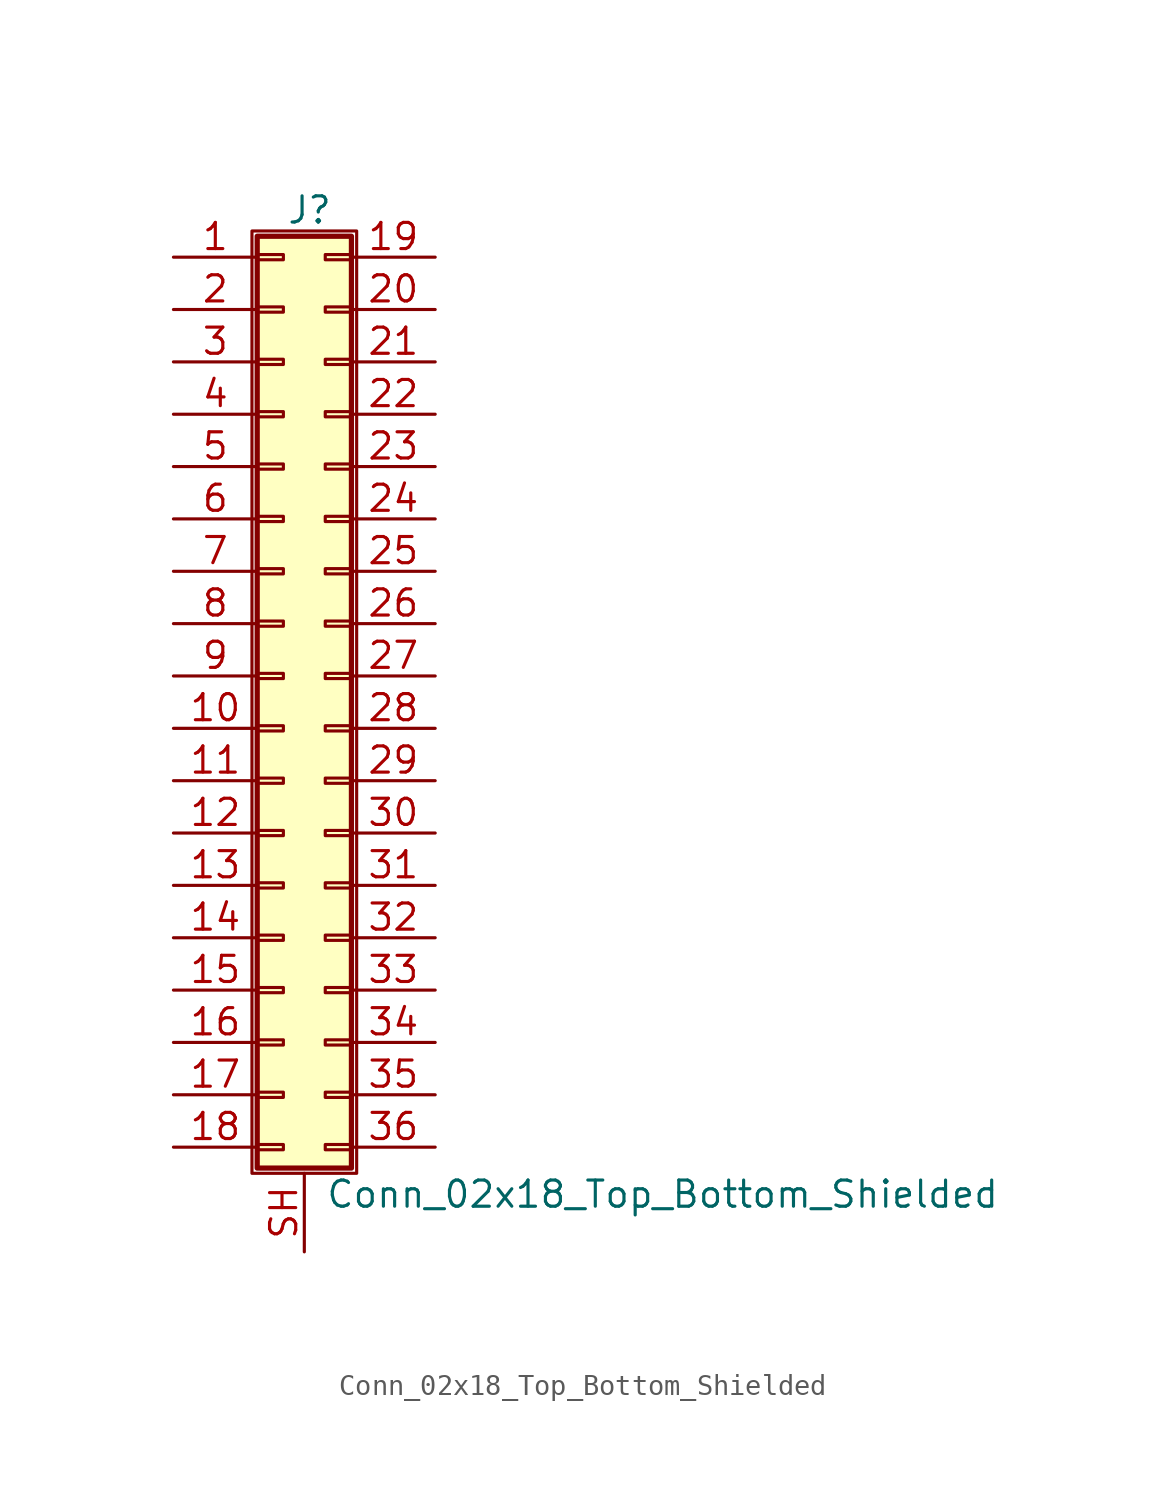
<source format=kicad_sym>
(kicad_symbol_lib
  (version 20211014)
  (generator kicad_symbol_editor)
  (symbol "Conn_02x18_Top_Bottom_Shielded"
    (pin_names
      (offset 1.016) hide)
    (property "Reference" "J"
      (at 1.524 22.606 0)
      (effects (font (size 1.27 1.27))))
    (property "Value" "Conn_02x18_Top_Bottom_Shielded"
      (at 2.286 -25.146 0)
      (effects (font (size 1.27 1.27)) (justify left)))
    (symbol "Conn_02x18_Top_Bottom_Shielded_1_1"
      (rectangle (start -1.27 21.59) (end 3.81 -24.13) (stroke (width 0.152) (type default) (color 0 0 0 0)) (fill (type none)))
      (rectangle (start -1.016 -22.733) (end 0.254 -22.987) (stroke (width 0.152) (type default) (color 0 0 0 0)) (fill (type none)))
      (rectangle (start -1.016 -20.193) (end 0.254 -20.447) (stroke (width 0.152) (type default) (color 0 0 0 0)) (fill (type none)))
      (rectangle (start -1.016 -17.653) (end 0.254 -17.907) (stroke (width 0.152) (type default) (color 0 0 0 0)) (fill (type none)))
      (rectangle (start -1.016 -15.113) (end 0.254 -15.367) (stroke (width 0.152) (type default) (color 0 0 0 0)) (fill (type none)))
      (rectangle (start -1.016 -12.573) (end 0.254 -12.827) (stroke (width 0.152) (type default) (color 0 0 0 0)) (fill (type none)))
      (rectangle (start -1.016 -10.033) (end 0.254 -10.287) (stroke (width 0.152) (type default) (color 0 0 0 0)) (fill (type none)))
      (rectangle (start -1.016 -7.493) (end 0.254 -7.747) (stroke (width 0.152) (type default) (color 0 0 0 0)) (fill (type none)))
      (rectangle (start -1.016 -4.953) (end 0.254 -5.207) (stroke (width 0.152) (type default) (color 0 0 0 0)) (fill (type none)))
      (rectangle (start -1.016 -2.413) (end 0.254 -2.667) (stroke (width 0.152) (type default) (color 0 0 0 0)) (fill (type none)))
      (rectangle (start -1.016 0.127) (end 0.254 -0.127) (stroke (width 0.152) (type default) (color 0 0 0 0)) (fill (type none)))
      (rectangle (start -1.016 2.667) (end 0.254 2.413) (stroke (width 0.152) (type default) (color 0 0 0 0)) (fill (type none)))
      (rectangle (start -1.016 5.207) (end 0.254 4.953) (stroke (width 0.152) (type default) (color 0 0 0 0)) (fill (type none)))
      (rectangle (start -1.016 7.747) (end 0.254 7.493) (stroke (width 0.152) (type default) (color 0 0 0 0)) (fill (type none)))
      (rectangle (start -1.016 10.287) (end 0.254 10.033) (stroke (width 0.152) (type default) (color 0 0 0 0)) (fill (type none)))
      (rectangle (start -1.016 12.827) (end 0.254 12.573) (stroke (width 0.152) (type default) (color 0 0 0 0)) (fill (type none)))
      (rectangle (start -1.016 15.367) (end 0.254 15.113) (stroke (width 0.152) (type default) (color 0 0 0 0)) (fill (type none)))
      (rectangle (start -1.016 17.907) (end 0.254 17.653) (stroke (width 0.152) (type default) (color 0 0 0 0)) (fill (type none)))
      (rectangle (start -1.016 20.447) (end 0.254 20.193) (stroke (width 0.152) (type default) (color 0 0 0 0)) (fill (type none)))
      (rectangle (start -1.016 21.336) (end 3.556 -23.876) (stroke (width 0.254) (type default) (color 0 0 0 0)) (fill (type background)))
      (rectangle (start 3.556 -22.733) (end 2.286 -22.987) (stroke (width 0.152) (type default) (color 0 0 0 0)) (fill (type none)))
      (rectangle (start 3.556 -20.193) (end 2.286 -20.447) (stroke (width 0.152) (type default) (color 0 0 0 0)) (fill (type none)))
      (rectangle (start 3.556 -17.653) (end 2.286 -17.907) (stroke (width 0.152) (type default) (color 0 0 0 0)) (fill (type none)))
      (rectangle (start 3.556 -15.113) (end 2.286 -15.367) (stroke (width 0.152) (type default) (color 0 0 0 0)) (fill (type none)))
      (rectangle (start 3.556 -12.573) (end 2.286 -12.827) (stroke (width 0.152) (type default) (color 0 0 0 0)) (fill (type none)))
      (rectangle (start 3.556 -10.033) (end 2.286 -10.287) (stroke (width 0.152) (type default) (color 0 0 0 0)) (fill (type none)))
      (rectangle (start 3.556 -7.493) (end 2.286 -7.747) (stroke (width 0.152) (type default) (color 0 0 0 0)) (fill (type none)))
      (rectangle (start 3.556 -4.953) (end 2.286 -5.207) (stroke (width 0.152) (type default) (color 0 0 0 0)) (fill (type none)))
      (rectangle (start 3.556 -2.413) (end 2.286 -2.667) (stroke (width 0.152) (type default) (color 0 0 0 0)) (fill (type none)))
      (rectangle (start 3.556 0.127) (end 2.286 -0.127) (stroke (width 0.152) (type default) (color 0 0 0 0)) (fill (type none)))
      (rectangle (start 3.556 2.667) (end 2.286 2.413) (stroke (width 0.152) (type default) (color 0 0 0 0)) (fill (type none)))
      (rectangle (start 3.556 5.207) (end 2.286 4.953) (stroke (width 0.152) (type default) (color 0 0 0 0)) (fill (type none)))
      (rectangle (start 3.556 7.747) (end 2.286 7.493) (stroke (width 0.152) (type default) (color 0 0 0 0)) (fill (type none)))
      (rectangle (start 3.556 10.287) (end 2.286 10.033) (stroke (width 0.152) (type default) (color 0 0 0 0)) (fill (type none)))
      (rectangle (start 3.556 12.827) (end 2.286 12.573) (stroke (width 0.152) (type default) (color 0 0 0 0)) (fill (type none)))
      (rectangle (start 3.556 15.367) (end 2.286 15.113) (stroke (width 0.152) (type default) (color 0 0 0 0)) (fill (type none)))
      (rectangle (start 3.556 17.907) (end 2.286 17.653) (stroke (width 0.152) (type default) (color 0 0 0 0)) (fill (type none)))
      (rectangle (start 3.556 20.447) (end 2.286 20.193) (stroke (width 0.152) (type default) (color 0 0 0 0)) (fill (type none)))
      (pin passive line (at -5.08 20.32 0) (length 4.064) (name "Pin_1" (effects (font (size 1.27 1.27)))) (number "1" (effects (font (size 1.27 1.27)))))
      (pin passive line (at -5.08 -2.54 0) (length 4.064) (name "Pin_10" (effects (font (size 1.27 1.27)))) (number "10" (effects (font (size 1.27 1.27)))))
      (pin passive line (at -5.08 -5.08 0) (length 4.064) (name "Pin_11" (effects (font (size 1.27 1.27)))) (number "11" (effects (font (size 1.27 1.27)))))
      (pin passive line (at -5.08 -7.62 0) (length 4.064) (name "Pin_12" (effects (font (size 1.27 1.27)))) (number "12" (effects (font (size 1.27 1.27)))))
      (pin passive line (at -5.08 -10.16 0) (length 4.064) (name "Pin_13" (effects (font (size 1.27 1.27)))) (number "13" (effects (font (size 1.27 1.27)))))
      (pin passive line (at -5.08 -12.7 0) (length 4.064) (name "Pin_14" (effects (font (size 1.27 1.27)))) (number "14" (effects (font (size 1.27 1.27)))))
      (pin passive line (at -5.08 -15.24 0) (length 4.064) (name "Pin_15" (effects (font (size 1.27 1.27)))) (number "15" (effects (font (size 1.27 1.27)))))
      (pin passive line (at -5.08 -17.78 0) (length 4.064) (name "Pin_16" (effects (font (size 1.27 1.27)))) (number "16" (effects (font (size 1.27 1.27)))))
      (pin passive line (at -5.08 -20.32 0) (length 4.064) (name "Pin_17" (effects (font (size 1.27 1.27)))) (number "17" (effects (font (size 1.27 1.27)))))
      (pin passive line (at -5.08 -22.86 0) (length 4.064) (name "Pin_18" (effects (font (size 1.27 1.27)))) (number "18" (effects (font (size 1.27 1.27)))))
      (pin passive line (at 7.62 20.32 180) (length 4.064) (name "Pin_19" (effects (font (size 1.27 1.27)))) (number "19" (effects (font (size 1.27 1.27)))))
      (pin passive line (at -5.08 17.78 0) (length 4.064) (name "Pin_2" (effects (font (size 1.27 1.27)))) (number "2" (effects (font (size 1.27 1.27)))))
      (pin passive line (at 7.62 17.78 180) (length 4.064) (name "Pin_20" (effects (font (size 1.27 1.27)))) (number "20" (effects (font (size 1.27 1.27)))))
      (pin passive line (at 7.62 15.24 180) (length 4.064) (name "Pin_21" (effects (font (size 1.27 1.27)))) (number "21" (effects (font (size 1.27 1.27)))))
      (pin passive line (at 7.62 12.7 180) (length 4.064) (name "Pin_22" (effects (font (size 1.27 1.27)))) (number "22" (effects (font (size 1.27 1.27)))))
      (pin passive line (at 7.62 10.16 180) (length 4.064) (name "Pin_23" (effects (font (size 1.27 1.27)))) (number "23" (effects (font (size 1.27 1.27)))))
      (pin passive line (at 7.62 7.62 180) (length 4.064) (name "Pin_24" (effects (font (size 1.27 1.27)))) (number "24" (effects (font (size 1.27 1.27)))))
      (pin passive line (at 7.62 5.08 180) (length 4.064) (name "Pin_25" (effects (font (size 1.27 1.27)))) (number "25" (effects (font (size 1.27 1.27)))))
      (pin passive line (at 7.62 2.54 180) (length 4.064) (name "Pin_26" (effects (font (size 1.27 1.27)))) (number "26" (effects (font (size 1.27 1.27)))))
      (pin passive line (at 7.62 0 180) (length 4.064) (name "Pin_27" (effects (font (size 1.27 1.27)))) (number "27" (effects (font (size 1.27 1.27)))))
      (pin passive line (at 7.62 -2.54 180) (length 4.064) (name "Pin_28" (effects (font (size 1.27 1.27)))) (number "28" (effects (font (size 1.27 1.27)))))
      (pin passive line (at 7.62 -5.08 180) (length 4.064) (name "Pin_29" (effects (font (size 1.27 1.27)))) (number "29" (effects (font (size 1.27 1.27)))))
      (pin passive line (at -5.08 15.24 0) (length 4.064) (name "Pin_3" (effects (font (size 1.27 1.27)))) (number "3" (effects (font (size 1.27 1.27)))))
      (pin passive line (at 7.62 -7.62 180) (length 4.064) (name "Pin_30" (effects (font (size 1.27 1.27)))) (number "30" (effects (font (size 1.27 1.27)))))
      (pin passive line (at 7.62 -10.16 180) (length 4.064) (name "Pin_31" (effects (font (size 1.27 1.27)))) (number "31" (effects (font (size 1.27 1.27)))))
      (pin passive line (at 7.62 -12.7 180) (length 4.064) (name "Pin_32" (effects (font (size 1.27 1.27)))) (number "32" (effects (font (size 1.27 1.27)))))
      (pin passive line (at 7.62 -15.24 180) (length 4.064) (name "Pin_33" (effects (font (size 1.27 1.27)))) (number "33" (effects (font (size 1.27 1.27)))))
      (pin passive line (at 7.62 -17.78 180) (length 4.064) (name "Pin_34" (effects (font (size 1.27 1.27)))) (number "34" (effects (font (size 1.27 1.27)))))
      (pin passive line (at 7.62 -20.32 180) (length 4.064) (name "Pin_35" (effects (font (size 1.27 1.27)))) (number "35" (effects (font (size 1.27 1.27)))))
      (pin passive line (at 7.62 -22.86 180) (length 4.064) (name "Pin_36" (effects (font (size 1.27 1.27)))) (number "36" (effects (font (size 1.27 1.27)))))
      (pin passive line (at -5.08 12.7 0) (length 4.064) (name "Pin_4" (effects (font (size 1.27 1.27)))) (number "4" (effects (font (size 1.27 1.27)))))
      (pin passive line (at -5.08 10.16 0) (length 4.064) (name "Pin_5" (effects (font (size 1.27 1.27)))) (number "5" (effects (font (size 1.27 1.27)))))
      (pin passive line (at -5.08 7.62 0) (length 4.064) (name "Pin_6" (effects (font (size 1.27 1.27)))) (number "6" (effects (font (size 1.27 1.27)))))
      (pin passive line (at -5.08 5.08 0) (length 4.064) (name "Pin_7" (effects (font (size 1.27 1.27)))) (number "7" (effects (font (size 1.27 1.27)))))
      (pin passive line (at -5.08 2.54 0) (length 4.064) (name "Pin_8" (effects (font (size 1.27 1.27)))) (number "8" (effects (font (size 1.27 1.27)))))
      (pin passive line (at -5.08 0 0) (length 4.064) (name "Pin_9" (effects (font (size 1.27 1.27)))) (number "9" (effects (font (size 1.27 1.27)))))
      (pin passive line (at 1.27 -27.94 90) (length 3.81) (name "Shield" (effects (font (size 1.27 1.27)))) (number "SH" (effects (font (size 1.27 1.27))))))))
</source>
